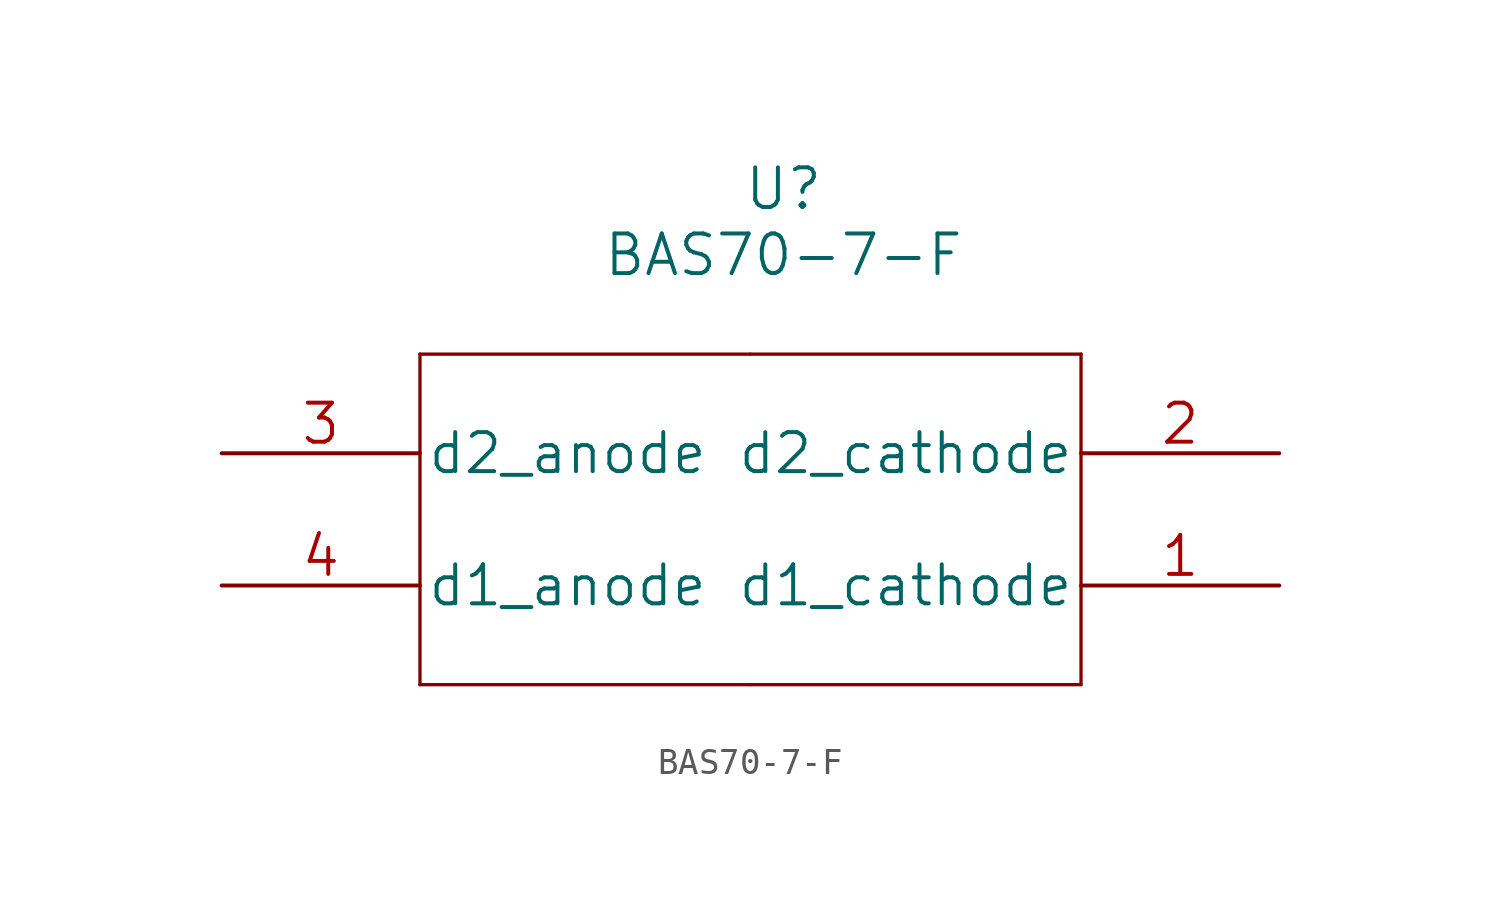
<source format=kicad_sym>
(kicad_symbol_lib
  (version 20211014)
  (generator kicad_symbol_editor)
  (symbol "BAS70-7-F"
    (pin_names
      (offset 0.254))
    (property "Reference" "U"
      (at 21.59 11.43 0)
      (effects (font (size 1.524 1.524))))
    (property "Value" "BAS70-7-F"
      (at 21.59 8.89 0)
      (effects (font (size 1.524 1.524))))
    (property "Datasheet" ""
      (at 0 0 0)
      (effects (font (size 1.524 1.524))))
    (property "ki_locked" ""
      (at 0 0 0)
      (effects (font (size 1.27 1.27))))
    (symbol "BAS70-7-F_1_1"
      (polyline (pts (xy 7.62 -7.62) (xy 20.32 -7.62)) (stroke (width 0.127) (type default) (color 0 0 0 0)) (fill (type none)))
      (polyline (pts (xy 7.62 5.08) (xy 7.62 -7.62)) (stroke (width 0.127) (type default) (color 0 0 0 0)) (fill (type none)))
      (polyline (pts (xy 7.62 5.08) (xy 20.32 5.08)) (stroke (width 0.127) (type default) (color 0 0 0 0)) (fill (type none)))
      (polyline (pts (xy 20.32 -7.62) (xy 33.02 -7.62)) (stroke (width 0.127) (type default) (color 0 0 0 0)) (fill (type none)))
      (polyline (pts (xy 20.32 5.08) (xy 33.02 5.08)) (stroke (width 0.127) (type default) (color 0 0 0 0)) (fill (type none)))
      (polyline (pts (xy 33.02 -7.62) (xy 33.02 5.08)) (stroke (width 0.127) (type default) (color 0 0 0 0)) (fill (type none)))
      (pin output line (at 40.64 -3.81 180) (length 7.62) (name "d1_cathode" (effects (font (size 1.499 1.499)))) (number "1" (effects (font (size 1.499 1.499)))))
      (pin output line (at 40.64 1.27 180) (length 7.62) (name "d2_cathode" (effects (font (size 1.499 1.499)))) (number "2" (effects (font (size 1.499 1.499)))))
      (pin input line (at 0 1.27 0) (length 7.62) (name "d2_anode" (effects (font (size 1.499 1.499)))) (number "3" (effects (font (size 1.499 1.499)))))
      (pin input line (at 0 -3.81 0) (length 7.62) (name "d1_anode" (effects (font (size 1.499 1.499)))) (number "4" (effects (font (size 1.499 1.499))))))))
</source>
